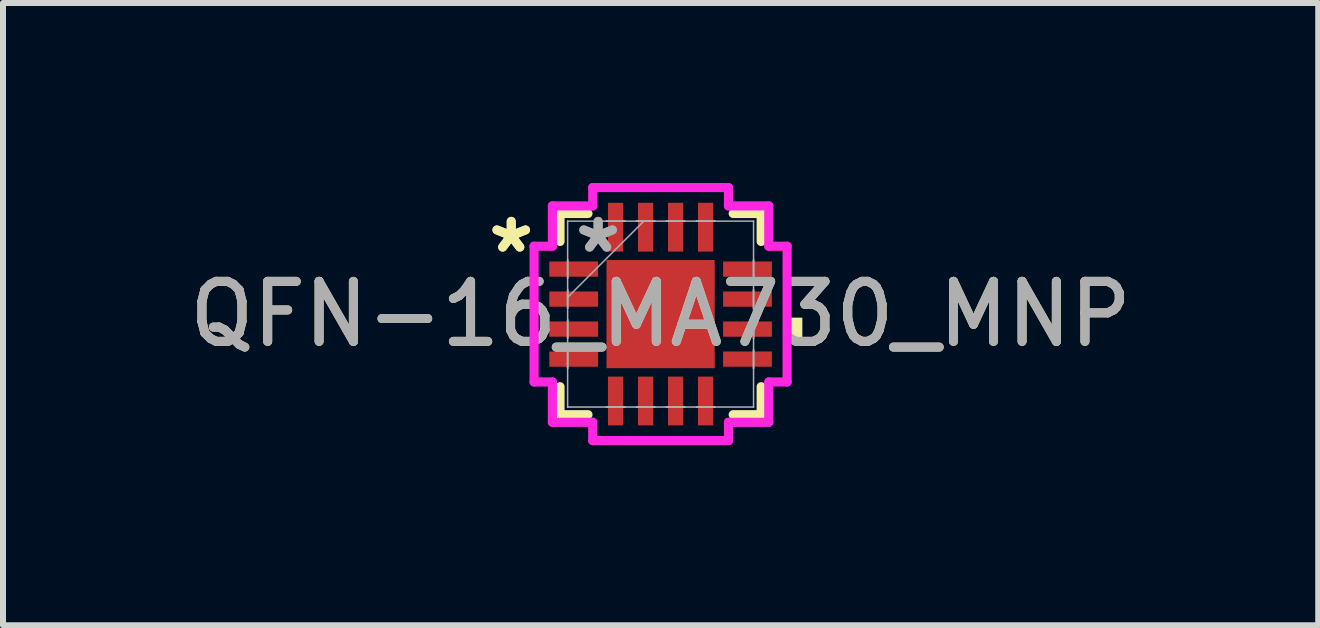
<source format=kicad_pcb>
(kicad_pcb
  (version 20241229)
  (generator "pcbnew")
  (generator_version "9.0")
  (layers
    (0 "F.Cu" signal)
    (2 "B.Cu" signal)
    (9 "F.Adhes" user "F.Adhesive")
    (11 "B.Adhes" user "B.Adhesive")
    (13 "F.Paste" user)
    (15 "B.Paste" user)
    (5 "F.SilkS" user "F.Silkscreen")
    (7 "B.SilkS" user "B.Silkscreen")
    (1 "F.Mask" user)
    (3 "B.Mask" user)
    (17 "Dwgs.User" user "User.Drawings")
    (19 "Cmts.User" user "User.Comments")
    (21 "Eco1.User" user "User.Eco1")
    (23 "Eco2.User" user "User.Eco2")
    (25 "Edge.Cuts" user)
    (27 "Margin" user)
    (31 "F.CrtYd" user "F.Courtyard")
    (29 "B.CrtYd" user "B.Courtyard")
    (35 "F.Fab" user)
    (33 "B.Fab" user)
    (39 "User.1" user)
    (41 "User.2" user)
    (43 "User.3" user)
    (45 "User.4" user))
  (footprint "QFN-16_MA730_MNP"
    (layer "F.Cu")
    (at 7.958 2.184)
    (property "Reference" "QFN-16_MA730_MNP" (at 0 0 0) (unlocked yes) (layer "F.SilkS") (effects (font (size 1 1) (thickness 0.15))))
    (attr smd)
    (fp_line (start -1.676 -1.676) (end -1.676 -1.21) (stroke (width 0.152) (type solid)) (layer "F.SilkS"))
    (fp_line (start -1.676 1.21) (end -1.676 1.676) (stroke (width 0.152) (type solid)) (layer "F.SilkS"))
    (fp_line (start -1.676 1.676) (end -1.21 1.676) (stroke (width 0.152) (type solid)) (layer "F.SilkS"))
    (fp_line (start -1.21 -1.676) (end -1.676 -1.676) (stroke (width 0.152) (type solid)) (layer "F.SilkS"))
    (fp_line (start 1.21 1.676) (end 1.676 1.676) (stroke (width 0.152) (type solid)) (layer "F.SilkS"))
    (fp_line (start 1.676 -1.676) (end 1.21 -1.676) (stroke (width 0.152) (type solid)) (layer "F.SilkS"))
    (fp_line (start 1.676 -1.21) (end 1.676 -1.676) (stroke (width 0.152) (type solid)) (layer "F.SilkS"))
    (fp_line (start 1.676 1.676) (end 1.676 1.21) (stroke (width 0.152) (type solid)) (layer "F.SilkS"))
    (fp_poly (pts (xy 2.362 0.059) (xy 2.362 0.441) (xy 2.108 0.441) (xy 2.108 0.059)) (stroke (width 0) (type solid)) (fill yes) (layer "F.SilkS"))
    (fp_line (start -2.108 -1.131) (end -1.803 -1.131) (stroke (width 0.152) (type solid)) (layer "F.CrtYd"))
    (fp_line (start -2.108 1.131) (end -2.108 -1.131) (stroke (width 0.152) (type solid)) (layer "F.CrtYd"))
    (fp_line (start -1.803 -1.803) (end -1.131 -1.803) (stroke (width 0.152) (type solid)) (layer "F.CrtYd"))
    (fp_line (start -1.803 -1.131) (end -1.803 -1.803) (stroke (width 0.152) (type solid)) (layer "F.CrtYd"))
    (fp_line (start -1.803 1.131) (end -2.108 1.131) (stroke (width 0.152) (type solid)) (layer "F.CrtYd"))
    (fp_line (start -1.803 1.803) (end -1.803 1.131) (stroke (width 0.152) (type solid)) (layer "F.CrtYd"))
    (fp_line (start -1.131 -2.108) (end 1.131 -2.108) (stroke (width 0.152) (type solid)) (layer "F.CrtYd"))
    (fp_line (start -1.131 -1.803) (end -1.131 -2.108) (stroke (width 0.152) (type solid)) (layer "F.CrtYd"))
    (fp_line (start -1.131 1.803) (end -1.803 1.803) (stroke (width 0.152) (type solid)) (layer "F.CrtYd"))
    (fp_line (start -1.131 2.108) (end -1.131 1.803) (stroke (width 0.152) (type solid)) (layer "F.CrtYd"))
    (fp_line (start 1.131 -2.108) (end 1.131 -1.803) (stroke (width 0.152) (type solid)) (layer "F.CrtYd"))
    (fp_line (start 1.131 -1.803) (end 1.803 -1.803) (stroke (width 0.152) (type solid)) (layer "F.CrtYd"))
    (fp_line (start 1.131 1.803) (end 1.131 2.108) (stroke (width 0.152) (type solid)) (layer "F.CrtYd"))
    (fp_line (start 1.131 2.108) (end -1.131 2.108) (stroke (width 0.152) (type solid)) (layer "F.CrtYd"))
    (fp_line (start 1.803 -1.803) (end 1.803 -1.131) (stroke (width 0.152) (type solid)) (layer "F.CrtYd"))
    (fp_line (start 1.803 -1.131) (end 2.108 -1.131) (stroke (width 0.152) (type solid)) (layer "F.CrtYd"))
    (fp_line (start 1.803 1.131) (end 1.803 1.803) (stroke (width 0.152) (type solid)) (layer "F.CrtYd"))
    (fp_line (start 1.803 1.803) (end 1.131 1.803) (stroke (width 0.152) (type solid)) (layer "F.CrtYd"))
    (fp_line (start 2.108 -1.131) (end 2.108 1.131) (stroke (width 0.152) (type solid)) (layer "F.CrtYd"))
    (fp_line (start 2.108 1.131) (end 1.803 1.131) (stroke (width 0.152) (type solid)) (layer "F.CrtYd"))
    (fp_line (start -1.549 -1.549) (end -1.549 -1.549) (stroke (width 0.025) (type solid)) (layer "F.Fab"))
    (fp_line (start -1.549 -1.549) (end -1.549 1.549) (stroke (width 0.025) (type solid)) (layer "F.Fab"))
    (fp_line (start -1.549 -0.902) (end -1.549 -0.902) (stroke (width 0.025) (type solid)) (layer "F.Fab"))
    (fp_line (start -1.549 -0.902) (end -1.549 -0.598) (stroke (width 0.025) (type solid)) (layer "F.Fab"))
    (fp_line (start -1.549 -0.598) (end -1.549 -0.902) (stroke (width 0.025) (type solid)) (layer "F.Fab"))
    (fp_line (start -1.549 -0.598) (end -1.549 -0.598) (stroke (width 0.025) (type solid)) (layer "F.Fab"))
    (fp_line (start -1.549 -0.402) (end -1.549 -0.402) (stroke (width 0.025) (type solid)) (layer "F.Fab"))
    (fp_line (start -1.549 -0.402) (end -1.549 -0.098) (stroke (width 0.025) (type solid)) (layer "F.Fab"))
    (fp_line (start -1.549 -0.279) (end -0.279 -1.549) (stroke (width 0.025) (type solid)) (layer "F.Fab"))
    (fp_line (start -1.549 -0.098) (end -1.549 -0.402) (stroke (width 0.025) (type solid)) (layer "F.Fab"))
    (fp_line (start -1.549 -0.098) (end -1.549 -0.098) (stroke (width 0.025) (type solid)) (layer "F.Fab"))
    (fp_line (start -1.549 0.098) (end -1.549 0.098) (stroke (width 0.025) (type solid)) (layer "F.Fab"))
    (fp_line (start -1.549 0.098) (end -1.549 0.402) (stroke (width 0.025) (type solid)) (layer "F.Fab"))
    (fp_line (start -1.549 0.402) (end -1.549 0.098) (stroke (width 0.025) (type solid)) (layer "F.Fab"))
    (fp_line (start -1.549 0.402) (end -1.549 0.402) (stroke (width 0.025) (type solid)) (layer "F.Fab"))
    (fp_line (start -1.549 0.598) (end -1.549 0.598) (stroke (width 0.025) (type solid)) (layer "F.Fab"))
    (fp_line (start -1.549 0.598) (end -1.549 0.902) (stroke (width 0.025) (type solid)) (layer "F.Fab"))
    (fp_line (start -1.549 0.902) (end -1.549 0.598) (stroke (width 0.025) (type solid)) (layer "F.Fab"))
    (fp_line (start -1.549 0.902) (end -1.549 0.902) (stroke (width 0.025) (type solid)) (layer "F.Fab"))
    (fp_line (start -1.549 1.549) (end -1.549 1.549) (stroke (width 0.025) (type solid)) (layer "F.Fab"))
    (fp_line (start -1.549 1.549) (end 1.549 1.549) (stroke (width 0.025) (type solid)) (layer "F.Fab"))
    (fp_line (start -0.902 -1.549) (end -0.902 -1.549) (stroke (width 0.025) (type solid)) (layer "F.Fab"))
    (fp_line (start -0.902 -1.549) (end -0.598 -1.549) (stroke (width 0.025) (type solid)) (layer "F.Fab"))
    (fp_line (start -0.902 1.549) (end -0.902 1.549) (stroke (width 0.025) (type solid)) (layer "F.Fab"))
    (fp_line (start -0.902 1.549) (end -0.598 1.549) (stroke (width 0.025) (type solid)) (layer "F.Fab"))
    (fp_line (start -0.598 -1.549) (end -0.902 -1.549) (stroke (width 0.025) (type solid)) (layer "F.Fab"))
    (fp_line (start -0.598 -1.549) (end -0.598 -1.549) (stroke (width 0.025) (type solid)) (layer "F.Fab"))
    (fp_line (start -0.598 1.549) (end -0.902 1.549) (stroke (width 0.025) (type solid)) (layer "F.Fab"))
    (fp_line (start -0.598 1.549) (end -0.598 1.549) (stroke (width 0.025) (type solid)) (layer "F.Fab"))
    (fp_line (start -0.402 -1.549) (end -0.402 -1.549) (stroke (width 0.025) (type solid)) (layer "F.Fab"))
    (fp_line (start -0.402 -1.549) (end -0.098 -1.549) (stroke (width 0.025) (type solid)) (layer "F.Fab"))
    (fp_line (start -0.402 1.549) (end -0.402 1.549) (stroke (width 0.025) (type solid)) (layer "F.Fab"))
    (fp_line (start -0.402 1.549) (end -0.098 1.549) (stroke (width 0.025) (type solid)) (layer "F.Fab"))
    (fp_line (start -0.098 -1.549) (end -0.402 -1.549) (stroke (width 0.025) (type solid)) (layer "F.Fab"))
    (fp_line (start -0.098 -1.549) (end -0.098 -1.549) (stroke (width 0.025) (type solid)) (layer "F.Fab"))
    (fp_line (start -0.098 1.549) (end -0.402 1.549) (stroke (width 0.025) (type solid)) (layer "F.Fab"))
    (fp_line (start -0.098 1.549) (end -0.098 1.549) (stroke (width 0.025) (type solid)) (layer "F.Fab"))
    (fp_line (start 0.098 -1.549) (end 0.098 -1.549) (stroke (width 0.025) (type solid)) (layer "F.Fab"))
    (fp_line (start 0.098 -1.549) (end 0.402 -1.549) (stroke (width 0.025) (type solid)) (layer "F.Fab"))
    (fp_line (start 0.098 1.549) (end 0.098 1.549) (stroke (width 0.025) (type solid)) (layer "F.Fab"))
    (fp_line (start 0.098 1.549) (end 0.402 1.549) (stroke (width 0.025) (type solid)) (layer "F.Fab"))
    (fp_line (start 0.402 -1.549) (end 0.098 -1.549) (stroke (width 0.025) (type solid)) (layer "F.Fab"))
    (fp_line (start 0.402 -1.549) (end 0.402 -1.549) (stroke (width 0.025) (type solid)) (layer "F.Fab"))
    (fp_line (start 0.402 1.549) (end 0.098 1.549) (stroke (width 0.025) (type solid)) (layer "F.Fab"))
    (fp_line (start 0.402 1.549) (end 0.402 1.549) (stroke (width 0.025) (type solid)) (layer "F.Fab"))
    (fp_line (start 0.598 -1.549) (end 0.598 -1.549) (stroke (width 0.025) (type solid)) (layer "F.Fab"))
    (fp_line (start 0.598 -1.549) (end 0.902 -1.549) (stroke (width 0.025) (type solid)) (layer "F.Fab"))
    (fp_line (start 0.598 1.549) (end 0.598 1.549) (stroke (width 0.025) (type solid)) (layer "F.Fab"))
    (fp_line (start 0.598 1.549) (end 0.902 1.549) (stroke (width 0.025) (type solid)) (layer "F.Fab"))
    (fp_line (start 0.902 -1.549) (end 0.598 -1.549) (stroke (width 0.025) (type solid)) (layer "F.Fab"))
    (fp_line (start 0.902 -1.549) (end 0.902 -1.549) (stroke (width 0.025) (type solid)) (layer "F.Fab"))
    (fp_line (start 0.902 1.549) (end 0.598 1.549) (stroke (width 0.025) (type solid)) (layer "F.Fab"))
    (fp_line (start 0.902 1.549) (end 0.902 1.549) (stroke (width 0.025) (type solid)) (layer "F.Fab"))
    (fp_line (start 1.549 -1.549) (end -1.549 -1.549) (stroke (width 0.025) (type solid)) (layer "F.Fab"))
    (fp_line (start 1.549 -1.549) (end 1.549 -1.549) (stroke (width 0.025) (type solid)) (layer "F.Fab"))
    (fp_line (start 1.549 -0.902) (end 1.549 -0.902) (stroke (width 0.025) (type solid)) (layer "F.Fab"))
    (fp_line (start 1.549 -0.902) (end 1.549 -0.598) (stroke (width 0.025) (type solid)) (layer "F.Fab"))
    (fp_line (start 1.549 -0.598) (end 1.549 -0.902) (stroke (width 0.025) (type solid)) (layer "F.Fab"))
    (fp_line (start 1.549 -0.598) (end 1.549 -0.598) (stroke (width 0.025) (type solid)) (layer "F.Fab"))
    (fp_line (start 1.549 -0.402) (end 1.549 -0.402) (stroke (width 0.025) (type solid)) (layer "F.Fab"))
    (fp_line (start 1.549 -0.402) (end 1.549 -0.098) (stroke (width 0.025) (type solid)) (layer "F.Fab"))
    (fp_line (start 1.549 -0.098) (end 1.549 -0.402) (stroke (width 0.025) (type solid)) (layer "F.Fab"))
    (fp_line (start 1.549 -0.098) (end 1.549 -0.098) (stroke (width 0.025) (type solid)) (layer "F.Fab"))
    (fp_line (start 1.549 0.098) (end 1.549 0.098) (stroke (width 0.025) (type solid)) (layer "F.Fab"))
    (fp_line (start 1.549 0.098) (end 1.549 0.402) (stroke (width 0.025) (type solid)) (layer "F.Fab"))
    (fp_line (start 1.549 0.402) (end 1.549 0.098) (stroke (width 0.025) (type solid)) (layer "F.Fab"))
    (fp_line (start 1.549 0.402) (end 1.549 0.402) (stroke (width 0.025) (type solid)) (layer "F.Fab"))
    (fp_line (start 1.549 0.598) (end 1.549 0.598) (stroke (width 0.025) (type solid)) (layer "F.Fab"))
    (fp_line (start 1.549 0.598) (end 1.549 0.902) (stroke (width 0.025) (type solid)) (layer "F.Fab"))
    (fp_line (start 1.549 0.902) (end 1.549 0.598) (stroke (width 0.025) (type solid)) (layer "F.Fab"))
    (fp_line (start 1.549 0.902) (end 1.549 0.902) (stroke (width 0.025) (type solid)) (layer "F.Fab"))
    (fp_line (start 1.549 1.549) (end 1.549 -1.549) (stroke (width 0.025) (type solid)) (layer "F.Fab"))
    (fp_line (start 1.549 1.549) (end 1.549 1.549) (stroke (width 0.025) (type solid)) (layer "F.Fab"))
    (fp_text user "*" (at -2.489 -1 0) (unlocked yes) (layer "F.SilkS") (effects (font (size 1 1) (thickness 0.15))))
    (fp_text user "*" (at -2.489 -1 0) (layer "F.SilkS") (effects (font (size 1 1) (thickness 0.15))))
    (fp_text user "${REFERENCE}" (at 0 0 0) (unlocked yes) (layer "F.Fab") (effects (font (size 1 1) (thickness 0.15))))
    (fp_text user "*" (at -1.041 -1 0) (unlocked yes) (layer "F.Fab") (effects (font (size 1 1) (thickness 0.15))))
    (fp_text user "*" (at -1.041 -1 0) (layer "F.Fab") (effects (font (size 1 1) (thickness 0.15))))
    (pad "1" smd rect (at -1.448 -0.75 90) (size 0.254 0.813) (layers "F.Cu" "F.Mask" "F.Paste"))
    (pad "2" smd rect (at -1.448 -0.25 90) (size 0.254 0.813) (layers "F.Cu" "F.Mask" "F.Paste"))
    (pad "3" smd rect (at -1.448 0.25 90) (size 0.254 0.813) (layers "F.Cu" "F.Mask" "F.Paste"))
    (pad "4" smd rect (at -1.448 0.75 90) (size 0.254 0.813) (layers "F.Cu" "F.Mask" "F.Paste"))
    (pad "5" smd rect (at -0.75 1.448) (size 0.254 0.813) (layers "F.Cu" "F.Mask" "F.Paste"))
    (pad "6" smd rect (at -0.25 1.448) (size 0.254 0.813) (layers "F.Cu" "F.Mask" "F.Paste"))
    (pad "7" smd rect (at 0.25 1.448) (size 0.254 0.813) (layers "F.Cu" "F.Mask" "F.Paste"))
    (pad "8" smd rect (at 0.75 1.448) (size 0.254 0.813) (layers "F.Cu" "F.Mask" "F.Paste"))
    (pad "9" smd rect (at 1.448 0.75 90) (size 0.254 0.813) (layers "F.Cu" "F.Mask" "F.Paste"))
    (pad "10" smd rect (at 1.448 0.25 90) (size 0.254 0.813) (layers "F.Cu" "F.Mask" "F.Paste"))
    (pad "11" smd rect (at 1.448 -0.25 90) (size 0.254 0.813) (layers "F.Cu" "F.Mask" "F.Paste"))
    (pad "12" smd rect (at 1.448 -0.75 90) (size 0.254 0.813) (layers "F.Cu" "F.Mask" "F.Paste"))
    (pad "13" smd rect (at 0.75 -1.448) (size 0.254 0.813) (layers "F.Cu" "F.Mask" "F.Paste"))
    (pad "14" smd rect (at 0.25 -1.448) (size 0.254 0.813) (layers "F.Cu" "F.Mask" "F.Paste"))
    (pad "15" smd rect (at -0.25 -1.448) (size 0.254 0.813) (layers "F.Cu" "F.Mask" "F.Paste"))
    (pad "16" smd rect (at -0.75 -1.448) (size 0.254 0.813) (layers "F.Cu" "F.Mask" "F.Paste"))
    (pad "17" smd rect (at 0 0) (size 1.803 1.803) (layers "F.Cu" "F.Mask" "F.Paste")))
  (gr_rect
    (start -3 -3)
    (end 18.917 7.369)
    (stroke (width 0.1) (type default))
    (fill no)
    (layer "Edge.Cuts")))
</source>
